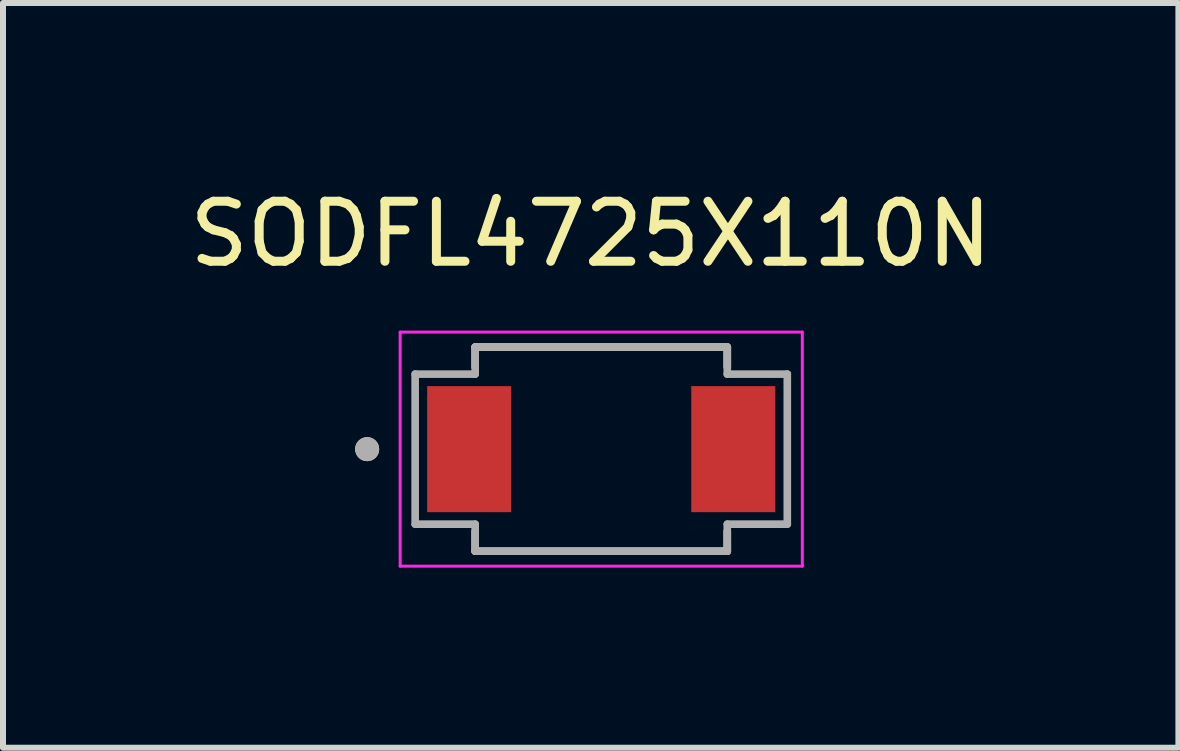
<source format=kicad_pcb>
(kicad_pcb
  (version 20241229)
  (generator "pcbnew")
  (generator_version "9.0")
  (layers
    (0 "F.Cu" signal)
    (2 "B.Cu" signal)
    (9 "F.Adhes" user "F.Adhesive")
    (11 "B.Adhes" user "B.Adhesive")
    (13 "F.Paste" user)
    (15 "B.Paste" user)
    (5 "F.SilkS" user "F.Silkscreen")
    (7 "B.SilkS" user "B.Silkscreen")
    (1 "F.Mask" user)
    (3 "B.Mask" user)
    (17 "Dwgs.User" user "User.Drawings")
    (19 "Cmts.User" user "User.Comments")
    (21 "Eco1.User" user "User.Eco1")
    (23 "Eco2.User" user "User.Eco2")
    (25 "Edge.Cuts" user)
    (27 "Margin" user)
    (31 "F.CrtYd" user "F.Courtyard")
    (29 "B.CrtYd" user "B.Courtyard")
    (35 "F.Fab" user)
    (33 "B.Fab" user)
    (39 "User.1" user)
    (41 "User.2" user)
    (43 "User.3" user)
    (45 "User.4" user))
  (footprint "SODFL4725X110N"
    (layer "F.Cu")
    (at 6.967 4.433)
    (property "Reference" "SODFL4725X110N" (at -0.175 -3.585 0) (layer "F.SilkS") (effects (font (size 1 1) (thickness 0.15))))
    (attr smd)
    (fp_line (start -2.1 -1.7) (end 2.1 -1.7) (stroke (width 0.127) (type solid)) (layer "F.SilkS"))
    (fp_line (start -2.1 -1.37) (end -2.1 -1.7) (stroke (width 0.127) (type solid)) (layer "F.SilkS"))
    (fp_line (start -2.1 1.7) (end -2.1 1.37) (stroke (width 0.127) (type solid)) (layer "F.SilkS"))
    (fp_line (start 2.1 -1.7) (end 2.1 -1.37) (stroke (width 0.127) (type solid)) (layer "F.SilkS"))
    (fp_line (start 2.1 1.7) (end -2.1 1.7) (stroke (width 0.127) (type solid)) (layer "F.SilkS"))
    (fp_line (start 2.1 1.7) (end 2.1 1.37) (stroke (width 0.127) (type solid)) (layer "F.SilkS"))
    (fp_circle (center -3.9 0) (end -3.8 0) (stroke (width 0.2) (type solid)) (fill no) (layer "F.SilkS"))
    (fp_poly (pts (xy -2.8 -0.95) (xy -1.6 -0.95) (xy -1.6 0.95) (xy -2.8 0.95)) (stroke (width 0.01) (type solid)) (fill yes) (layer "F.Paste"))
    (fp_poly (pts (xy 1.6 -0.95) (xy 2.8 -0.95) (xy 2.8 0.95) (xy 1.6 0.95)) (stroke (width 0.01) (type solid)) (fill yes) (layer "F.Paste"))
    (fp_line (start -3.35 -1.95) (end -3.35 1.95) (stroke (width 0.05) (type solid)) (layer "F.CrtYd"))
    (fp_line (start -3.35 1.95) (end 3.35 1.95) (stroke (width 0.05) (type solid)) (layer "F.CrtYd"))
    (fp_line (start 3.35 -1.95) (end -3.35 -1.95) (stroke (width 0.05) (type solid)) (layer "F.CrtYd"))
    (fp_line (start 3.35 1.95) (end 3.35 -1.95) (stroke (width 0.05) (type solid)) (layer "F.CrtYd"))
    (fp_line (start -3.1 -1.25) (end -2.1 -1.25) (stroke (width 0.127) (type solid)) (layer "F.Fab"))
    (fp_line (start -3.1 1.25) (end -3.1 -1.25) (stroke (width 0.127) (type solid)) (layer "F.Fab"))
    (fp_line (start -2.1 -1.7) (end 2.1 -1.7) (stroke (width 0.127) (type solid)) (layer "F.Fab"))
    (fp_line (start -2.1 -1.25) (end -2.1 -1.7) (stroke (width 0.127) (type solid)) (layer "F.Fab"))
    (fp_line (start -2.1 1.25) (end -3.1 1.25) (stroke (width 0.127) (type solid)) (layer "F.Fab"))
    (fp_line (start -2.1 1.7) (end -2.1 1.25) (stroke (width 0.127) (type solid)) (layer "F.Fab"))
    (fp_line (start 2.1 -1.7) (end 2.1 -1.25) (stroke (width 0.127) (type solid)) (layer "F.Fab"))
    (fp_line (start 2.1 -1.25) (end 3.1 -1.25) (stroke (width 0.127) (type solid)) (layer "F.Fab"))
    (fp_line (start 2.1 1.25) (end 2.1 1.7) (stroke (width 0.127) (type solid)) (layer "F.Fab"))
    (fp_line (start 2.1 1.7) (end -2.1 1.7) (stroke (width 0.127) (type solid)) (layer "F.Fab"))
    (fp_line (start 3.1 -1.25) (end 3.1 1.25) (stroke (width 0.127) (type solid)) (layer "F.Fab"))
    (fp_line (start 3.1 1.25) (end 2.1 1.25) (stroke (width 0.127) (type solid)) (layer "F.Fab"))
    (fp_circle (center -3.9 0) (end -3.8 0) (stroke (width 0.2) (type solid)) (fill no) (layer "F.Fab"))
    (pad "1" smd rect (at -2.2 0) (size 1.4 2.1) (layers "F.Cu" "F.Mask"))
    (pad "2" smd rect (at 2.2 0) (size 1.4 2.1) (layers "F.Cu" "F.Mask")))
  (gr_rect
    (start -3 -3)
    (end 16.583 9.408)
    (stroke (width 0.1) (type default))
    (fill no)
    (layer "Edge.Cuts")))
</source>
